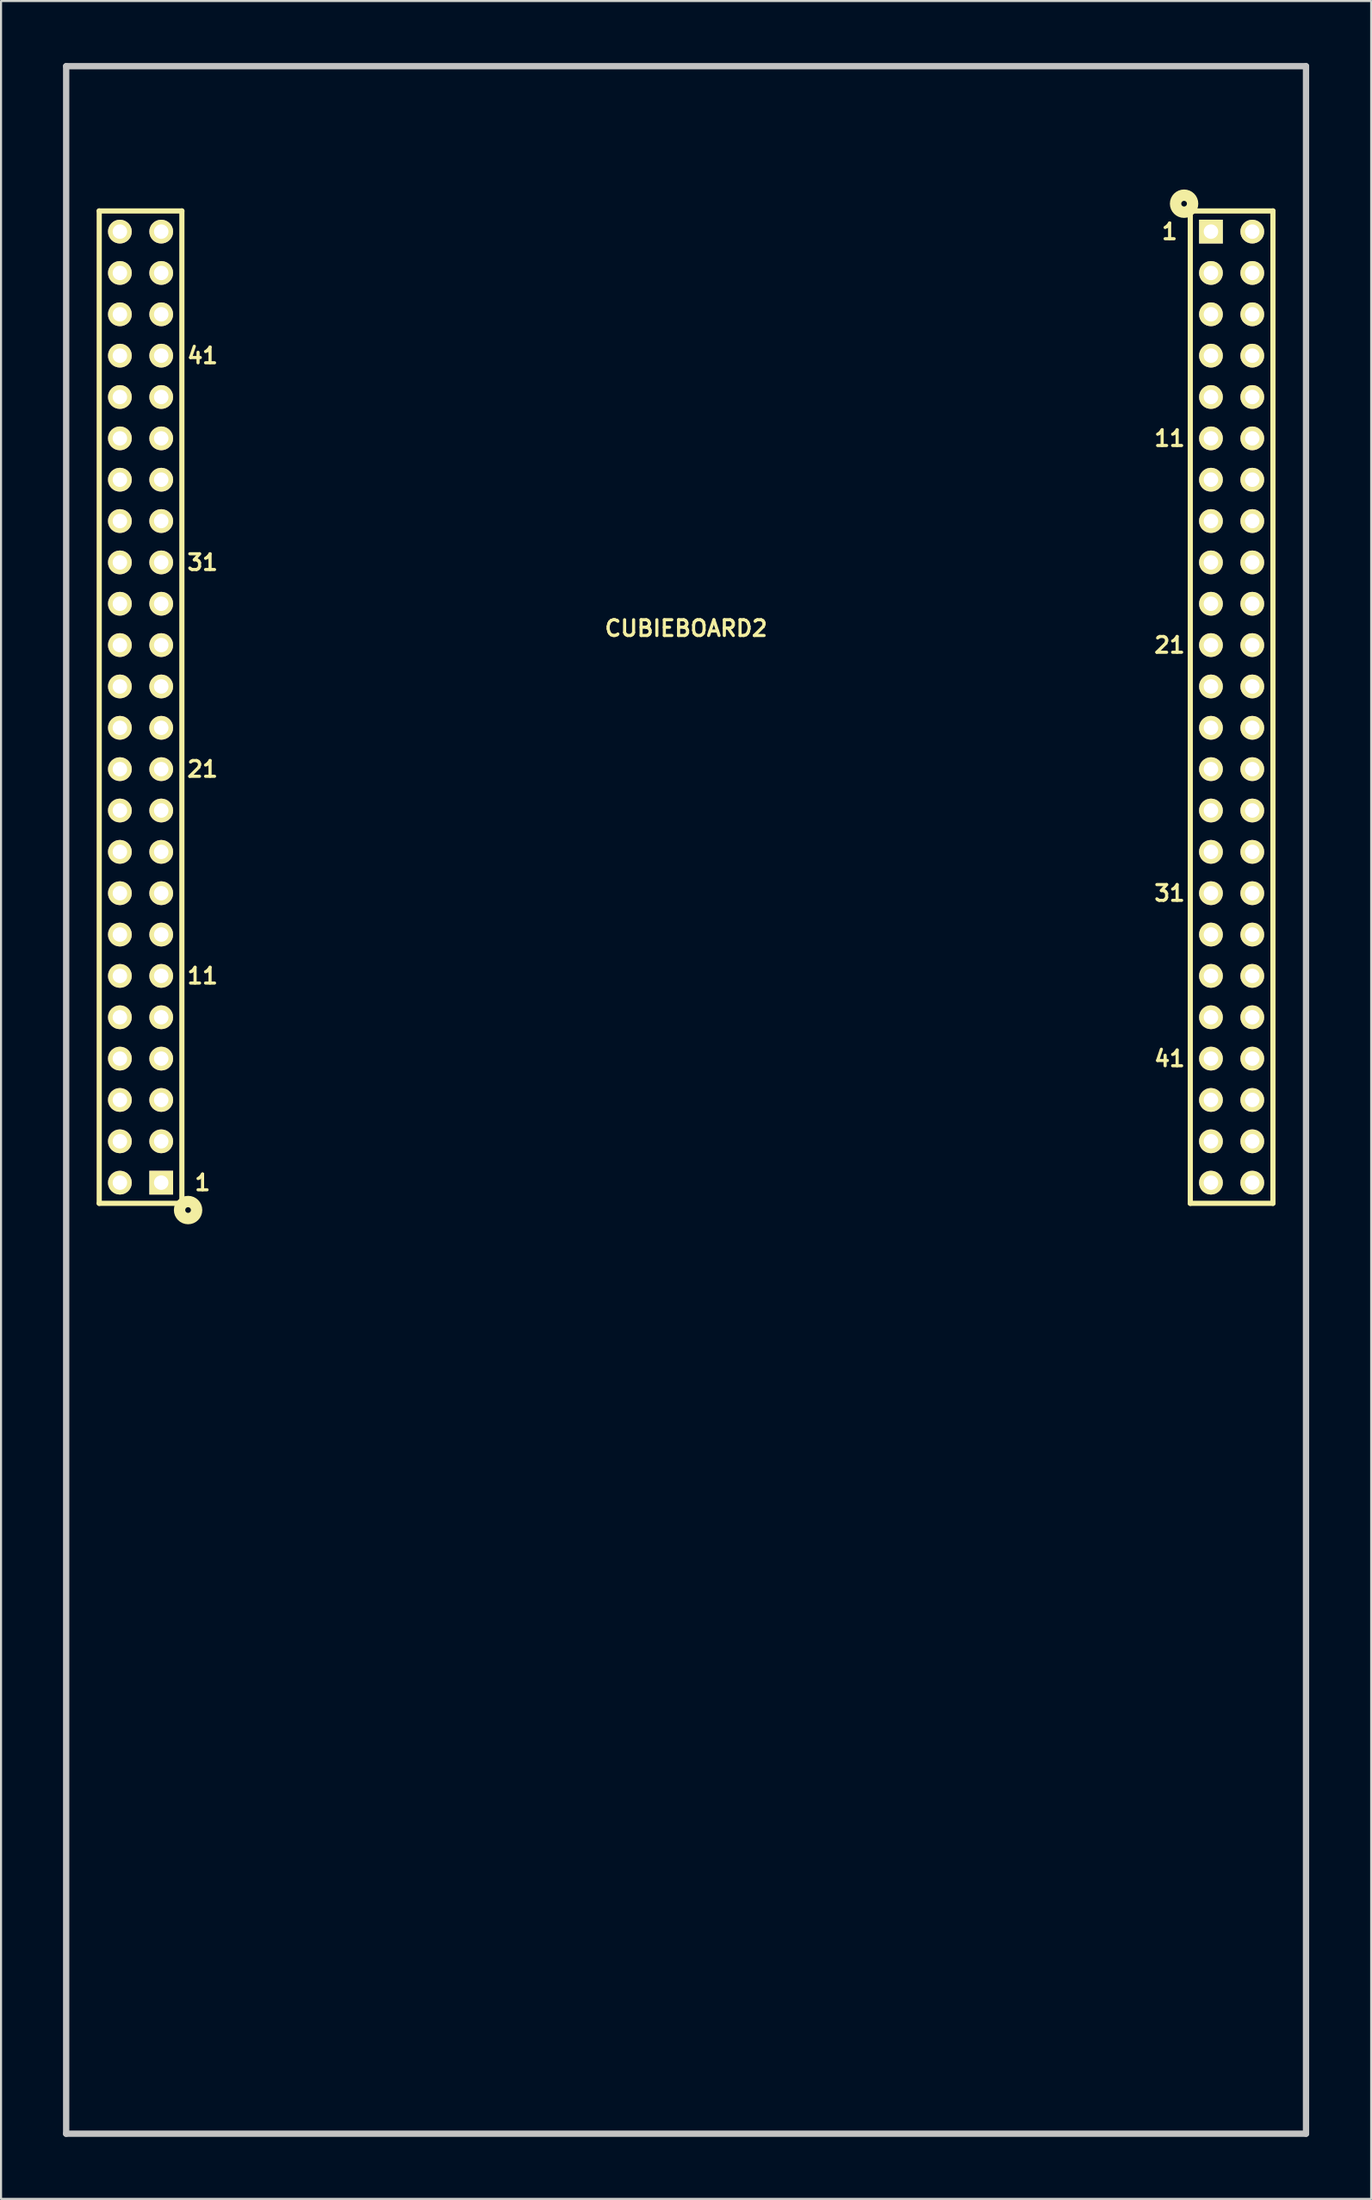
<source format=kicad_pcb>
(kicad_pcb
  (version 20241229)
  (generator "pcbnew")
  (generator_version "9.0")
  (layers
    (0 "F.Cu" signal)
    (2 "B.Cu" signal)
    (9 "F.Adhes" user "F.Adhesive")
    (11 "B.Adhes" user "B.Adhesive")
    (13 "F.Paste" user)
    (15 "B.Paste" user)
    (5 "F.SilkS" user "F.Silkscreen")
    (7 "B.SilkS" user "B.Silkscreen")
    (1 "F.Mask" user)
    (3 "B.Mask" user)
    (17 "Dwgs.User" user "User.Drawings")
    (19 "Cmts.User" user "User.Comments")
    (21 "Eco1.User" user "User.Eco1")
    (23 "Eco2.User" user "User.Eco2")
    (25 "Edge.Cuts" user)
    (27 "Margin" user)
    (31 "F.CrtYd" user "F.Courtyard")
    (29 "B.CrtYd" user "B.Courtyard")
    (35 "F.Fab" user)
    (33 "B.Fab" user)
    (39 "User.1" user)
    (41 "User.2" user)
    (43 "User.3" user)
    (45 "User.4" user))
  (footprint "CUBIEBOARD2"
    (layer "F.Cu")
    (at 30.152 31.152)
    (property "Reference" "CUBIEBOARD2" (at 0 -3.81 0) (layer "F.SilkS") (effects (font (size 0.762 0.762) (thickness 0.152))))
    (attr through_hole)
    (fp_line (start -28.4 -24) (end -28.4 24) (stroke (width 0.25) (type solid)) (layer "F.SilkS"))
    (fp_line (start -28.4 24) (end -24.4 24) (stroke (width 0.25) (type solid)) (layer "F.SilkS"))
    (fp_line (start -24.4 -24) (end -28.4 -24) (stroke (width 0.25) (type solid)) (layer "F.SilkS"))
    (fp_line (start -24.4 24) (end -24.4 -24) (stroke (width 0.25) (type solid)) (layer "F.SilkS"))
    (fp_line (start 24.4 -24) (end 24.4 24) (stroke (width 0.25) (type solid)) (layer "F.SilkS"))
    (fp_line (start 24.4 24) (end 28.4 24) (stroke (width 0.25) (type solid)) (layer "F.SilkS"))
    (fp_line (start 28.4 -24) (end 24.4 -24) (stroke (width 0.25) (type solid)) (layer "F.SilkS"))
    (fp_line (start 28.4 24) (end 28.4 -24) (stroke (width 0.25) (type solid)) (layer "F.SilkS"))
    (fp_circle (center -24.1 24.325) (end -23.7 24.425) (stroke (width 0.55) (type solid)) (fill no) (layer "F.SilkS"))
    (fp_circle (center 24.1 -24.35) (end 24.5 -24.25) (stroke (width 0.55) (type solid)) (fill no) (layer "F.SilkS"))
    (fp_line (start -30 -31) (end 30 -31) (stroke (width 0.305) (type solid)) (layer "Dwgs.User"))
    (fp_line (start -30 69) (end -30 -31) (stroke (width 0.305) (type solid)) (layer "Dwgs.User"))
    (fp_line (start 30 -31) (end 30 69) (stroke (width 0.305) (type solid)) (layer "Dwgs.User"))
    (fp_line (start 30 69) (end -30 69) (stroke (width 0.305) (type solid)) (layer "Dwgs.User"))
    (fp_text user "31" (at 23.4 9 0) (layer "F.SilkS") (effects (font (size 0.762 0.762) (thickness 0.152))))
    (fp_text user "31" (at -23.4 -7 180) (layer "F.SilkS") (effects (font (size 0.762 0.762) (thickness 0.152))))
    (fp_text user "11" (at -23.4 13 180) (layer "F.SilkS") (effects (font (size 0.762 0.762) (thickness 0.152))))
    (fp_text user "21" (at -23.4 3 180) (layer "F.SilkS") (effects (font (size 0.762 0.762) (thickness 0.152))))
    (fp_text user "41" (at 23.4 17 0) (layer "F.SilkS") (effects (font (size 0.762 0.762) (thickness 0.152))))
    (fp_text user "41" (at -23.4 -17 180) (layer "F.SilkS") (effects (font (size 0.762 0.762) (thickness 0.152))))
    (fp_text user "21" (at 23.4 -3 0) (layer "F.SilkS") (effects (font (size 0.762 0.762) (thickness 0.152))))
    (fp_text user "11" (at 23.4 -13 0) (layer "F.SilkS") (effects (font (size 0.762 0.762) (thickness 0.152))))
    (fp_text user "1" (at 23.4 -23 0) (layer "F.SilkS") (effects (font (size 0.762 0.762) (thickness 0.152))))
    (fp_text user "1" (at -23.4 23 180) (layer "F.SilkS") (effects (font (size 0.762 0.762) (thickness 0.152))))
    (pad "A_1" thru_hole rect (at -25.4 23) (size 1.15 1.15) (drill 0.7) (layers "*.Cu" "*.Mask" "F.SilkS"))
    (pad "A_2" thru_hole circle (at -27.4 23) (size 1.15 1.15) (drill 0.7) (layers "*.Cu" "*.Mask" "F.SilkS"))
    (pad "A_3" thru_hole circle (at -25.4 21) (size 1.15 1.15) (drill 0.7) (layers "*.Cu" "*.Mask" "F.SilkS"))
    (pad "A_4" thru_hole circle (at -27.4 21) (size 1.15 1.15) (drill 0.7) (layers "*.Cu" "*.Mask" "F.SilkS"))
    (pad "A_5" thru_hole circle (at -25.4 19) (size 1.15 1.15) (drill 0.7) (layers "*.Cu" "*.Mask" "F.SilkS"))
    (pad "A_6" thru_hole circle (at -27.4 19) (size 1.15 1.15) (drill 0.7) (layers "*.Cu" "*.Mask" "F.SilkS"))
    (pad "A_7" thru_hole circle (at -25.4 17) (size 1.15 1.15) (drill 0.7) (layers "*.Cu" "*.Mask" "F.SilkS"))
    (pad "A_8" thru_hole circle (at -27.4 17) (size 1.15 1.15) (drill 0.7) (layers "*.Cu" "*.Mask" "F.SilkS"))
    (pad "A_9" thru_hole circle (at -25.4 15) (size 1.15 1.15) (drill 0.7) (layers "*.Cu" "*.Mask" "F.SilkS"))
    (pad "A_10" thru_hole circle (at -27.4 15) (size 1.15 1.15) (drill 0.7) (layers "*.Cu" "*.Mask" "F.SilkS"))
    (pad "A_11" thru_hole circle (at -25.4 13) (size 1.15 1.15) (drill 0.7) (layers "*.Cu" "*.Mask" "F.SilkS"))
    (pad "A_12" thru_hole circle (at -27.4 13) (size 1.15 1.15) (drill 0.7) (layers "*.Cu" "*.Mask" "F.SilkS"))
    (pad "A_13" thru_hole circle (at -25.4 11) (size 1.15 1.15) (drill 0.7) (layers "*.Cu" "*.Mask" "F.SilkS"))
    (pad "A_14" thru_hole circle (at -27.4 11) (size 1.15 1.15) (drill 0.7) (layers "*.Cu" "*.Mask" "F.SilkS"))
    (pad "A_15" thru_hole circle (at -25.4 9) (size 1.15 1.15) (drill 0.7) (layers "*.Cu" "*.Mask" "F.SilkS"))
    (pad "A_16" thru_hole circle (at -27.4 9) (size 1.15 1.15) (drill 0.7) (layers "*.Cu" "*.Mask" "F.SilkS"))
    (pad "A_17" thru_hole circle (at -25.4 7) (size 1.15 1.15) (drill 0.7) (layers "*.Cu" "*.Mask" "F.SilkS"))
    (pad "A_18" thru_hole circle (at -27.4 7) (size 1.15 1.15) (drill 0.7) (layers "*.Cu" "*.Mask" "F.SilkS"))
    (pad "A_19" thru_hole circle (at -25.4 5) (size 1.15 1.15) (drill 0.7) (layers "*.Cu" "*.Mask" "F.SilkS"))
    (pad "A_20" thru_hole circle (at -27.4 5) (size 1.15 1.15) (drill 0.7) (layers "*.Cu" "*.Mask" "F.SilkS"))
    (pad "A_21" thru_hole circle (at -25.4 3) (size 1.15 1.15) (drill 0.7) (layers "*.Cu" "*.Mask" "F.SilkS"))
    (pad "A_22" thru_hole circle (at -27.4 3) (size 1.15 1.15) (drill 0.7) (layers "*.Cu" "*.Mask" "F.SilkS"))
    (pad "A_23" thru_hole circle (at -25.4 1) (size 1.15 1.15) (drill 0.7) (layers "*.Cu" "*.Mask" "F.SilkS"))
    (pad "A_24" thru_hole circle (at -27.4 1) (size 1.15 1.15) (drill 0.7) (layers "*.Cu" "*.Mask" "F.SilkS"))
    (pad "A_25" thru_hole circle (at -25.4 -1) (size 1.15 1.15) (drill 0.7) (layers "*.Cu" "*.Mask" "F.SilkS"))
    (pad "A_26" thru_hole circle (at -27.4 -1) (size 1.15 1.15) (drill 0.7) (layers "*.Cu" "*.Mask" "F.SilkS"))
    (pad "A_27" thru_hole circle (at -25.4 -3) (size 1.15 1.15) (drill 0.7) (layers "*.Cu" "*.Mask" "F.SilkS"))
    (pad "A_28" thru_hole circle (at -27.4 -3) (size 1.15 1.15) (drill 0.7) (layers "*.Cu" "*.Mask" "F.SilkS"))
    (pad "A_29" thru_hole circle (at -25.4 -5) (size 1.15 1.15) (drill 0.7) (layers "*.Cu" "*.Mask" "F.SilkS"))
    (pad "A_30" thru_hole circle (at -27.4 -5) (size 1.15 1.15) (drill 0.7) (layers "*.Cu" "*.Mask" "F.SilkS"))
    (pad "A_31" thru_hole circle (at -25.4 -7) (size 1.15 1.15) (drill 0.7) (layers "*.Cu" "*.Mask" "F.SilkS"))
    (pad "A_32" thru_hole circle (at -27.4 -7) (size 1.15 1.15) (drill 0.7) (layers "*.Cu" "*.Mask" "F.SilkS"))
    (pad "A_33" thru_hole circle (at -25.4 -9) (size 1.15 1.15) (drill 0.7) (layers "*.Cu" "*.Mask" "F.SilkS"))
    (pad "A_34" thru_hole circle (at -27.4 -9) (size 1.15 1.15) (drill 0.7) (layers "*.Cu" "*.Mask" "F.SilkS"))
    (pad "A_35" thru_hole circle (at -25.4 -11) (size 1.15 1.15) (drill 0.7) (layers "*.Cu" "*.Mask" "F.SilkS"))
    (pad "A_36" thru_hole circle (at -27.4 -11) (size 1.15 1.15) (drill 0.7) (layers "*.Cu" "*.Mask" "F.SilkS"))
    (pad "A_37" thru_hole circle (at -25.4 -13) (size 1.15 1.15) (drill 0.7) (layers "*.Cu" "*.Mask" "F.SilkS"))
    (pad "A_38" thru_hole circle (at -27.4 -13) (size 1.15 1.15) (drill 0.7) (layers "*.Cu" "*.Mask" "F.SilkS"))
    (pad "A_39" thru_hole circle (at -25.4 -15) (size 1.15 1.15) (drill 0.7) (layers "*.Cu" "*.Mask" "F.SilkS"))
    (pad "A_40" thru_hole circle (at -27.4 -15) (size 1.15 1.15) (drill 0.7) (layers "*.Cu" "*.Mask" "F.SilkS"))
    (pad "A_41" thru_hole circle (at -25.4 -17) (size 1.15 1.15) (drill 0.7) (layers "*.Cu" "*.Mask" "F.SilkS"))
    (pad "A_42" thru_hole circle (at -27.4 -17) (size 1.15 1.15) (drill 0.7) (layers "*.Cu" "*.Mask" "F.SilkS"))
    (pad "A_43" thru_hole circle (at -25.4 -19) (size 1.15 1.15) (drill 0.7) (layers "*.Cu" "*.Mask" "F.SilkS"))
    (pad "A_44" thru_hole circle (at -27.4 -19) (size 1.15 1.15) (drill 0.7) (layers "*.Cu" "*.Mask" "F.SilkS"))
    (pad "A_45" thru_hole circle (at -25.4 -21) (size 1.15 1.15) (drill 0.7) (layers "*.Cu" "*.Mask" "F.SilkS"))
    (pad "A_46" thru_hole circle (at -27.4 -21) (size 1.15 1.15) (drill 0.7) (layers "*.Cu" "*.Mask" "F.SilkS"))
    (pad "A_47" thru_hole circle (at -25.4 -23) (size 1.15 1.15) (drill 0.7) (layers "*.Cu" "*.Mask" "F.SilkS"))
    (pad "A_48" thru_hole circle (at -27.4 -23) (size 1.15 1.15) (drill 0.7) (layers "*.Cu" "*.Mask" "F.SilkS"))
    (pad "B_1" thru_hole rect (at 25.4 -23) (size 1.15 1.15) (drill 0.7) (layers "*.Cu" "*.Mask" "F.SilkS"))
    (pad "B_2" thru_hole circle (at 27.4 -23) (size 1.15 1.15) (drill 0.7) (layers "*.Cu" "*.Mask" "F.SilkS"))
    (pad "B_3" thru_hole circle (at 25.4 -21) (size 1.15 1.15) (drill 0.7) (layers "*.Cu" "*.Mask" "F.SilkS"))
    (pad "B_4" thru_hole circle (at 27.4 -21) (size 1.15 1.15) (drill 0.7) (layers "*.Cu" "*.Mask" "F.SilkS"))
    (pad "B_5" thru_hole circle (at 25.4 -19) (size 1.15 1.15) (drill 0.7) (layers "*.Cu" "*.Mask" "F.SilkS"))
    (pad "B_6" thru_hole circle (at 27.4 -19) (size 1.15 1.15) (drill 0.7) (layers "*.Cu" "*.Mask" "F.SilkS"))
    (pad "B_7" thru_hole circle (at 25.4 -17) (size 1.15 1.15) (drill 0.7) (layers "*.Cu" "*.Mask" "F.SilkS"))
    (pad "B_8" thru_hole circle (at 27.4 -17) (size 1.15 1.15) (drill 0.7) (layers "*.Cu" "*.Mask" "F.SilkS"))
    (pad "B_9" thru_hole circle (at 25.4 -15) (size 1.15 1.15) (drill 0.7) (layers "*.Cu" "*.Mask" "F.SilkS"))
    (pad "B_10" thru_hole circle (at 27.4 -15) (size 1.15 1.15) (drill 0.7) (layers "*.Cu" "*.Mask" "F.SilkS"))
    (pad "B_11" thru_hole circle (at 25.4 -13) (size 1.15 1.15) (drill 0.7) (layers "*.Cu" "*.Mask" "F.SilkS"))
    (pad "B_12" thru_hole circle (at 27.4 -13) (size 1.15 1.15) (drill 0.7) (layers "*.Cu" "*.Mask" "F.SilkS"))
    (pad "B_13" thru_hole circle (at 25.4 -11) (size 1.15 1.15) (drill 0.7) (layers "*.Cu" "*.Mask" "F.SilkS"))
    (pad "B_14" thru_hole circle (at 27.4 -11) (size 1.15 1.15) (drill 0.7) (layers "*.Cu" "*.Mask" "F.SilkS"))
    (pad "B_15" thru_hole circle (at 25.4 -9) (size 1.15 1.15) (drill 0.7) (layers "*.Cu" "*.Mask" "F.SilkS"))
    (pad "B_16" thru_hole circle (at 27.4 -9) (size 1.15 1.15) (drill 0.7) (layers "*.Cu" "*.Mask" "F.SilkS"))
    (pad "B_17" thru_hole circle (at 25.4 -7) (size 1.15 1.15) (drill 0.7) (layers "*.Cu" "*.Mask" "F.SilkS"))
    (pad "B_18" thru_hole circle (at 27.4 -7) (size 1.15 1.15) (drill 0.7) (layers "*.Cu" "*.Mask" "F.SilkS"))
    (pad "B_19" thru_hole circle (at 25.4 -5) (size 1.15 1.15) (drill 0.7) (layers "*.Cu" "*.Mask" "F.SilkS"))
    (pad "B_20" thru_hole circle (at 27.4 -5) (size 1.15 1.15) (drill 0.7) (layers "*.Cu" "*.Mask" "F.SilkS"))
    (pad "B_21" thru_hole circle (at 25.4 -3) (size 1.15 1.15) (drill 0.7) (layers "*.Cu" "*.Mask" "F.SilkS"))
    (pad "B_22" thru_hole circle (at 27.4 -3) (size 1.15 1.15) (drill 0.7) (layers "*.Cu" "*.Mask" "F.SilkS"))
    (pad "B_23" thru_hole circle (at 25.4 -1) (size 1.15 1.15) (drill 0.7) (layers "*.Cu" "*.Mask" "F.SilkS"))
    (pad "B_24" thru_hole circle (at 27.4 -1) (size 1.15 1.15) (drill 0.7) (layers "*.Cu" "*.Mask" "F.SilkS"))
    (pad "B_25" thru_hole circle (at 25.4 1) (size 1.15 1.15) (drill 0.7) (layers "*.Cu" "*.Mask" "F.SilkS"))
    (pad "B_26" thru_hole circle (at 27.4 1) (size 1.15 1.15) (drill 0.7) (layers "*.Cu" "*.Mask" "F.SilkS"))
    (pad "B_27" thru_hole circle (at 25.4 3) (size 1.15 1.15) (drill 0.7) (layers "*.Cu" "*.Mask" "F.SilkS"))
    (pad "B_28" thru_hole circle (at 27.4 3) (size 1.15 1.15) (drill 0.7) (layers "*.Cu" "*.Mask" "F.SilkS"))
    (pad "B_29" thru_hole circle (at 25.4 5) (size 1.15 1.15) (drill 0.7) (layers "*.Cu" "*.Mask" "F.SilkS"))
    (pad "B_30" thru_hole circle (at 27.4 5) (size 1.15 1.15) (drill 0.7) (layers "*.Cu" "*.Mask" "F.SilkS"))
    (pad "B_31" thru_hole circle (at 25.4 7) (size 1.15 1.15) (drill 0.7) (layers "*.Cu" "*.Mask" "F.SilkS"))
    (pad "B_32" thru_hole circle (at 27.4 7) (size 1.15 1.15) (drill 0.7) (layers "*.Cu" "*.Mask" "F.SilkS"))
    (pad "B_33" thru_hole circle (at 25.4 9) (size 1.15 1.15) (drill 0.7) (layers "*.Cu" "*.Mask" "F.SilkS"))
    (pad "B_34" thru_hole circle (at 27.4 9) (size 1.15 1.15) (drill 0.7) (layers "*.Cu" "*.Mask" "F.SilkS"))
    (pad "B_35" thru_hole circle (at 25.4 11) (size 1.15 1.15) (drill 0.7) (layers "*.Cu" "*.Mask" "F.SilkS"))
    (pad "B_36" thru_hole circle (at 27.4 11) (size 1.15 1.15) (drill 0.7) (layers "*.Cu" "*.Mask" "F.SilkS"))
    (pad "B_37" thru_hole circle (at 25.4 13) (size 1.15 1.15) (drill 0.7) (layers "*.Cu" "*.Mask" "F.SilkS"))
    (pad "B_38" thru_hole circle (at 27.4 13) (size 1.15 1.15) (drill 0.7) (layers "*.Cu" "*.Mask" "F.SilkS"))
    (pad "B_39" thru_hole circle (at 25.4 15) (size 1.15 1.15) (drill 0.7) (layers "*.Cu" "*.Mask" "F.SilkS"))
    (pad "B_40" thru_hole circle (at 27.4 15) (size 1.15 1.15) (drill 0.7) (layers "*.Cu" "*.Mask" "F.SilkS"))
    (pad "B_41" thru_hole circle (at 25.4 17) (size 1.15 1.15) (drill 0.7) (layers "*.Cu" "*.Mask" "F.SilkS"))
    (pad "B_42" thru_hole circle (at 27.4 17) (size 1.15 1.15) (drill 0.7) (layers "*.Cu" "*.Mask" "F.SilkS"))
    (pad "B_43" thru_hole circle (at 25.4 19) (size 1.15 1.15) (drill 0.7) (layers "*.Cu" "*.Mask" "F.SilkS"))
    (pad "B_44" thru_hole circle (at 27.4 19) (size 1.15 1.15) (drill 0.7) (layers "*.Cu" "*.Mask" "F.SilkS"))
    (pad "B_45" thru_hole circle (at 25.4 21) (size 1.15 1.15) (drill 0.7) (layers "*.Cu" "*.Mask" "F.SilkS"))
    (pad "B_46" thru_hole circle (at 27.4 21) (size 1.15 1.15) (drill 0.7) (layers "*.Cu" "*.Mask" "F.SilkS"))
    (pad "B_47" thru_hole circle (at 25.4 23) (size 1.15 1.15) (drill 0.7) (layers "*.Cu" "*.Mask" "F.SilkS"))
    (pad "B_48" thru_hole circle (at 27.4 23) (size 1.15 1.15) (drill 0.7) (layers "*.Cu" "*.Mask" "F.SilkS")))
  (gr_rect
    (start -3 -3)
    (end 63.305 103.305)
    (stroke (width 0.1) (type default))
    (fill no)
    (layer "Edge.Cuts")))
</source>
